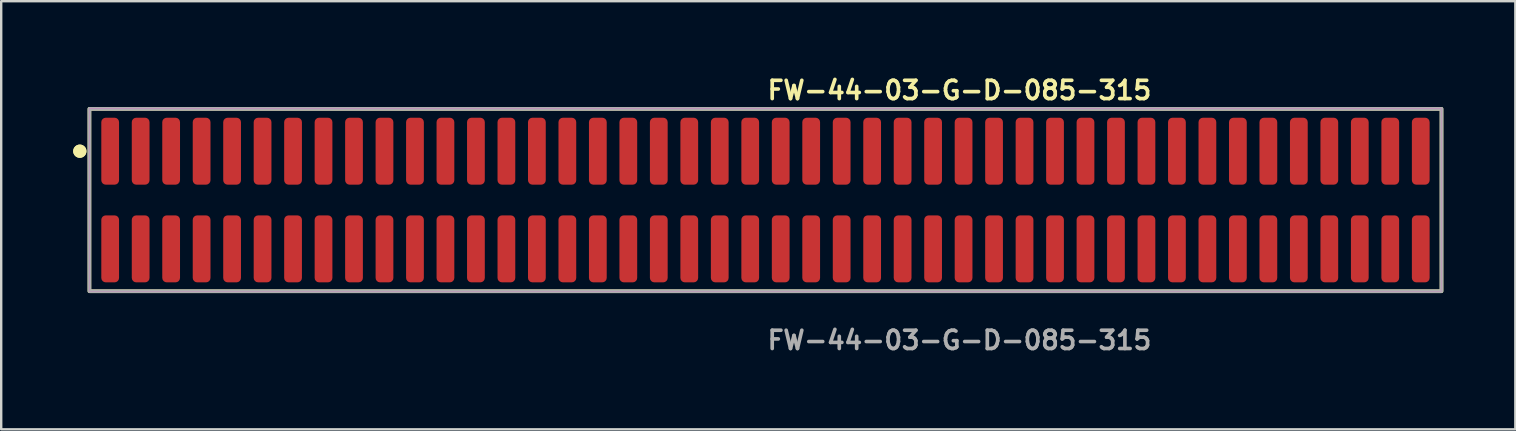
<source format=kicad_pcb>
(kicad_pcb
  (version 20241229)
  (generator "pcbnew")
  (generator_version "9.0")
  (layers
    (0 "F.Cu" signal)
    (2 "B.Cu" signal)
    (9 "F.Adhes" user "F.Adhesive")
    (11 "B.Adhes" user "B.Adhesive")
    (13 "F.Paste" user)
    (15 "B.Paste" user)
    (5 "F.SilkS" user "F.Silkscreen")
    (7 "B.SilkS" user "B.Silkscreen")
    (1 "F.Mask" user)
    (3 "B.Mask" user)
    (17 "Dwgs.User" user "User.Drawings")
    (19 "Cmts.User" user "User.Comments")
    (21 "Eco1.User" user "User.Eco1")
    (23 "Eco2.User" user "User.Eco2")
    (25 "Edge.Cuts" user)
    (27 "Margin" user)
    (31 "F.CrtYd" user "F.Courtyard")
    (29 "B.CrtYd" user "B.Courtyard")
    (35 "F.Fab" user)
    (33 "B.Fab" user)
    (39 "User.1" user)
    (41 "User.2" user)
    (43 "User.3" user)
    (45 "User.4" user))
  (footprint "FW-44-03-G-D-085-315"
    (layer "F.Cu")
    (at 28.846 5.285)
    (property "Reference" "FW-44-03-G-D-085-315" (at 0 -4.572 0) (unlocked yes) (layer "F.SilkS") (effects (font (size 0.762 0.762) (thickness 0.152)) (justify left)))
    (fp_rect (start -28.17 3.8) (end 28.17 -3.8) (stroke (width 0.152) (type solid)) (fill no) (layer "F.SilkS"))
    (fp_circle (center -28.57 -2.035) (end -28.77 -2.035) (stroke (width 0.152) (type solid)) (fill yes) (layer "F.SilkS"))
    (fp_circle (center -28.57 -2.035) (end -28.77 -2.035) (stroke (width 0.152) (type solid)) (fill yes) (layer "F.SilkS"))
    (fp_rect (start -28.17 3.8) (end 28.17 -3.8) (stroke (width 0.006) (type solid)) (fill no) (layer "F.CrtYd"))
    (fp_rect (start -28.17 3.8) (end 28.17 -3.8) (stroke (width 0.152) (type solid)) (fill no) (layer "F.Fab"))
    (fp_text user "${REFERENCE}" (at 0 5.842 0) (unlocked yes) (layer "F.Fab") (effects (font (size 0.762 0.762) (thickness 0.152)) (justify left)))
    (pad "1" smd roundrect (at -27.305 -2.035) (size 0.74 2.79) (layers "F.Cu" "F.Paste") (roundrect_rratio 0.25))
    (pad "2" smd roundrect (at -27.305 2.035) (size 0.74 2.79) (layers "F.Cu" "F.Paste") (roundrect_rratio 0.25))
    (pad "3" smd roundrect (at -26.035 -2.035) (size 0.74 2.79) (layers "F.Cu" "F.Paste") (roundrect_rratio 0.25))
    (pad "4" smd roundrect (at -26.035 2.035) (size 0.74 2.79) (layers "F.Cu" "F.Paste") (roundrect_rratio 0.25))
    (pad "5" smd roundrect (at -24.765 -2.035) (size 0.74 2.79) (layers "F.Cu" "F.Paste") (roundrect_rratio 0.25))
    (pad "6" smd roundrect (at -24.765 2.035) (size 0.74 2.79) (layers "F.Cu" "F.Paste") (roundrect_rratio 0.25))
    (pad "7" smd roundrect (at -23.495 -2.035) (size 0.74 2.79) (layers "F.Cu" "F.Paste") (roundrect_rratio 0.25))
    (pad "8" smd roundrect (at -23.495 2.035) (size 0.74 2.79) (layers "F.Cu" "F.Paste") (roundrect_rratio 0.25))
    (pad "9" smd roundrect (at -22.225 -2.035) (size 0.74 2.79) (layers "F.Cu" "F.Paste") (roundrect_rratio 0.25))
    (pad "10" smd roundrect (at -22.225 2.035) (size 0.74 2.79) (layers "F.Cu" "F.Paste") (roundrect_rratio 0.25))
    (pad "11" smd roundrect (at -20.955 -2.035) (size 0.74 2.79) (layers "F.Cu" "F.Paste") (roundrect_rratio 0.25))
    (pad "12" smd roundrect (at -20.955 2.035) (size 0.74 2.79) (layers "F.Cu" "F.Paste") (roundrect_rratio 0.25))
    (pad "13" smd roundrect (at -19.685 -2.035) (size 0.74 2.79) (layers "F.Cu" "F.Paste") (roundrect_rratio 0.25))
    (pad "14" smd roundrect (at -19.685 2.035) (size 0.74 2.79) (layers "F.Cu" "F.Paste") (roundrect_rratio 0.25))
    (pad "15" smd roundrect (at -18.415 -2.035) (size 0.74 2.79) (layers "F.Cu" "F.Paste") (roundrect_rratio 0.25))
    (pad "16" smd roundrect (at -18.415 2.035) (size 0.74 2.79) (layers "F.Cu" "F.Paste") (roundrect_rratio 0.25))
    (pad "17" smd roundrect (at -17.145 -2.035) (size 0.74 2.79) (layers "F.Cu" "F.Paste") (roundrect_rratio 0.25))
    (pad "18" smd roundrect (at -17.145 2.035) (size 0.74 2.79) (layers "F.Cu" "F.Paste") (roundrect_rratio 0.25))
    (pad "19" smd roundrect (at -15.875 -2.035) (size 0.74 2.79) (layers "F.Cu" "F.Paste") (roundrect_rratio 0.25))
    (pad "20" smd roundrect (at -15.875 2.035) (size 0.74 2.79) (layers "F.Cu" "F.Paste") (roundrect_rratio 0.25))
    (pad "21" smd roundrect (at -14.605 -2.035) (size 0.74 2.79) (layers "F.Cu" "F.Paste") (roundrect_rratio 0.25))
    (pad "22" smd roundrect (at -14.605 2.035) (size 0.74 2.79) (layers "F.Cu" "F.Paste") (roundrect_rratio 0.25))
    (pad "23" smd roundrect (at -13.335 -2.035) (size 0.74 2.79) (layers "F.Cu" "F.Paste") (roundrect_rratio 0.25))
    (pad "24" smd roundrect (at -13.335 2.035) (size 0.74 2.79) (layers "F.Cu" "F.Paste") (roundrect_rratio 0.25))
    (pad "25" smd roundrect (at -12.065 -2.035) (size 0.74 2.79) (layers "F.Cu" "F.Paste") (roundrect_rratio 0.25))
    (pad "26" smd roundrect (at -12.065 2.035) (size 0.74 2.79) (layers "F.Cu" "F.Paste") (roundrect_rratio 0.25))
    (pad "27" smd roundrect (at -10.795 -2.035) (size 0.74 2.79) (layers "F.Cu" "F.Paste") (roundrect_rratio 0.25))
    (pad "28" smd roundrect (at -10.795 2.035) (size 0.74 2.79) (layers "F.Cu" "F.Paste") (roundrect_rratio 0.25))
    (pad "29" smd roundrect (at -9.525 -2.035) (size 0.74 2.79) (layers "F.Cu" "F.Paste") (roundrect_rratio 0.25))
    (pad "30" smd roundrect (at -9.525 2.035) (size 0.74 2.79) (layers "F.Cu" "F.Paste") (roundrect_rratio 0.25))
    (pad "31" smd roundrect (at -8.255 -2.035) (size 0.74 2.79) (layers "F.Cu" "F.Paste") (roundrect_rratio 0.25))
    (pad "32" smd roundrect (at -8.255 2.035) (size 0.74 2.79) (layers "F.Cu" "F.Paste") (roundrect_rratio 0.25))
    (pad "33" smd roundrect (at -6.985 -2.035) (size 0.74 2.79) (layers "F.Cu" "F.Paste") (roundrect_rratio 0.25))
    (pad "34" smd roundrect (at -6.985 2.035) (size 0.74 2.79) (layers "F.Cu" "F.Paste") (roundrect_rratio 0.25))
    (pad "35" smd roundrect (at -5.715 -2.035) (size 0.74 2.79) (layers "F.Cu" "F.Paste") (roundrect_rratio 0.25))
    (pad "36" smd roundrect (at -5.715 2.035) (size 0.74 2.79) (layers "F.Cu" "F.Paste") (roundrect_rratio 0.25))
    (pad "37" smd roundrect (at -4.445 -2.035) (size 0.74 2.79) (layers "F.Cu" "F.Paste") (roundrect_rratio 0.25))
    (pad "38" smd roundrect (at -4.445 2.035) (size 0.74 2.79) (layers "F.Cu" "F.Paste") (roundrect_rratio 0.25))
    (pad "39" smd roundrect (at -3.175 -2.035) (size 0.74 2.79) (layers "F.Cu" "F.Paste") (roundrect_rratio 0.25))
    (pad "40" smd roundrect (at -3.175 2.035) (size 0.74 2.79) (layers "F.Cu" "F.Paste") (roundrect_rratio 0.25))
    (pad "41" smd roundrect (at -1.905 -2.035) (size 0.74 2.79) (layers "F.Cu" "F.Paste") (roundrect_rratio 0.25))
    (pad "42" smd roundrect (at -1.905 2.035) (size 0.74 2.79) (layers "F.Cu" "F.Paste") (roundrect_rratio 0.25))
    (pad "43" smd roundrect (at -0.635 -2.035) (size 0.74 2.79) (layers "F.Cu" "F.Paste") (roundrect_rratio 0.25))
    (pad "44" smd roundrect (at -0.635 2.035) (size 0.74 2.79) (layers "F.Cu" "F.Paste") (roundrect_rratio 0.25))
    (pad "45" smd roundrect (at 0.635 -2.035) (size 0.74 2.79) (layers "F.Cu" "F.Paste") (roundrect_rratio 0.25))
    (pad "46" smd roundrect (at 0.635 2.035) (size 0.74 2.79) (layers "F.Cu" "F.Paste") (roundrect_rratio 0.25))
    (pad "47" smd roundrect (at 1.905 -2.035) (size 0.74 2.79) (layers "F.Cu" "F.Paste") (roundrect_rratio 0.25))
    (pad "48" smd roundrect (at 1.905 2.035) (size 0.74 2.79) (layers "F.Cu" "F.Paste") (roundrect_rratio 0.25))
    (pad "49" smd roundrect (at 3.175 -2.035) (size 0.74 2.79) (layers "F.Cu" "F.Paste") (roundrect_rratio 0.25))
    (pad "50" smd roundrect (at 3.175 2.035) (size 0.74 2.79) (layers "F.Cu" "F.Paste") (roundrect_rratio 0.25))
    (pad "51" smd roundrect (at 4.445 -2.035) (size 0.74 2.79) (layers "F.Cu" "F.Paste") (roundrect_rratio 0.25))
    (pad "52" smd roundrect (at 4.445 2.035) (size 0.74 2.79) (layers "F.Cu" "F.Paste") (roundrect_rratio 0.25))
    (pad "53" smd roundrect (at 5.715 -2.035) (size 0.74 2.79) (layers "F.Cu" "F.Paste") (roundrect_rratio 0.25))
    (pad "54" smd roundrect (at 5.715 2.035) (size 0.74 2.79) (layers "F.Cu" "F.Paste") (roundrect_rratio 0.25))
    (pad "55" smd roundrect (at 6.985 -2.035) (size 0.74 2.79) (layers "F.Cu" "F.Paste") (roundrect_rratio 0.25))
    (pad "56" smd roundrect (at 6.985 2.035) (size 0.74 2.79) (layers "F.Cu" "F.Paste") (roundrect_rratio 0.25))
    (pad "57" smd roundrect (at 8.255 -2.035) (size 0.74 2.79) (layers "F.Cu" "F.Paste") (roundrect_rratio 0.25))
    (pad "58" smd roundrect (at 8.255 2.035) (size 0.74 2.79) (layers "F.Cu" "F.Paste") (roundrect_rratio 0.25))
    (pad "59" smd roundrect (at 9.525 -2.035) (size 0.74 2.79) (layers "F.Cu" "F.Paste") (roundrect_rratio 0.25))
    (pad "60" smd roundrect (at 9.525 2.035) (size 0.74 2.79) (layers "F.Cu" "F.Paste") (roundrect_rratio 0.25))
    (pad "61" smd roundrect (at 10.795 -2.035) (size 0.74 2.79) (layers "F.Cu" "F.Paste") (roundrect_rratio 0.25))
    (pad "62" smd roundrect (at 10.795 2.035) (size 0.74 2.79) (layers "F.Cu" "F.Paste") (roundrect_rratio 0.25))
    (pad "63" smd roundrect (at 12.065 -2.035) (size 0.74 2.79) (layers "F.Cu" "F.Paste") (roundrect_rratio 0.25))
    (pad "64" smd roundrect (at 12.065 2.035) (size 0.74 2.79) (layers "F.Cu" "F.Paste") (roundrect_rratio 0.25))
    (pad "65" smd roundrect (at 13.335 -2.035) (size 0.74 2.79) (layers "F.Cu" "F.Paste") (roundrect_rratio 0.25))
    (pad "66" smd roundrect (at 13.335 2.035) (size 0.74 2.79) (layers "F.Cu" "F.Paste") (roundrect_rratio 0.25))
    (pad "67" smd roundrect (at 14.605 -2.035) (size 0.74 2.79) (layers "F.Cu" "F.Paste") (roundrect_rratio 0.25))
    (pad "68" smd roundrect (at 14.605 2.035) (size 0.74 2.79) (layers "F.Cu" "F.Paste") (roundrect_rratio 0.25))
    (pad "69" smd roundrect (at 15.875 -2.035) (size 0.74 2.79) (layers "F.Cu" "F.Paste") (roundrect_rratio 0.25))
    (pad "70" smd roundrect (at 15.875 2.035) (size 0.74 2.79) (layers "F.Cu" "F.Paste") (roundrect_rratio 0.25))
    (pad "71" smd roundrect (at 17.145 -2.035) (size 0.74 2.79) (layers "F.Cu" "F.Paste") (roundrect_rratio 0.25))
    (pad "72" smd roundrect (at 17.145 2.035) (size 0.74 2.79) (layers "F.Cu" "F.Paste") (roundrect_rratio 0.25))
    (pad "73" smd roundrect (at 18.415 -2.035) (size 0.74 2.79) (layers "F.Cu" "F.Paste") (roundrect_rratio 0.25))
    (pad "74" smd roundrect (at 18.415 2.035) (size 0.74 2.79) (layers "F.Cu" "F.Paste") (roundrect_rratio 0.25))
    (pad "75" smd roundrect (at 19.685 -2.035) (size 0.74 2.79) (layers "F.Cu" "F.Paste") (roundrect_rratio 0.25))
    (pad "76" smd roundrect (at 19.685 2.035) (size 0.74 2.79) (layers "F.Cu" "F.Paste") (roundrect_rratio 0.25))
    (pad "77" smd roundrect (at 20.955 -2.035) (size 0.74 2.79) (layers "F.Cu" "F.Paste") (roundrect_rratio 0.25))
    (pad "78" smd roundrect (at 20.955 2.035) (size 0.74 2.79) (layers "F.Cu" "F.Paste") (roundrect_rratio 0.25))
    (pad "79" smd roundrect (at 22.225 -2.035) (size 0.74 2.79) (layers "F.Cu" "F.Paste") (roundrect_rratio 0.25))
    (pad "80" smd roundrect (at 22.225 2.035) (size 0.74 2.79) (layers "F.Cu" "F.Paste") (roundrect_rratio 0.25))
    (pad "81" smd roundrect (at 23.495 -2.035) (size 0.74 2.79) (layers "F.Cu" "F.Paste") (roundrect_rratio 0.25))
    (pad "82" smd roundrect (at 23.495 2.035) (size 0.74 2.79) (layers "F.Cu" "F.Paste") (roundrect_rratio 0.25))
    (pad "83" smd roundrect (at 24.765 -2.035) (size 0.74 2.79) (layers "F.Cu" "F.Paste") (roundrect_rratio 0.25))
    (pad "84" smd roundrect (at 24.765 2.035) (size 0.74 2.79) (layers "F.Cu" "F.Paste") (roundrect_rratio 0.25))
    (pad "85" smd roundrect (at 26.035 -2.035) (size 0.74 2.79) (layers "F.Cu" "F.Paste") (roundrect_rratio 0.25))
    (pad "86" smd roundrect (at 26.035 2.035) (size 0.74 2.79) (layers "F.Cu" "F.Paste") (roundrect_rratio 0.25))
    (pad "87" smd roundrect (at 27.305 -2.035) (size 0.74 2.79) (layers "F.Cu" "F.Paste") (roundrect_rratio 0.25))
    (pad "88" smd roundrect (at 27.305 2.035) (size 0.74 2.79) (layers "F.Cu" "F.Paste") (roundrect_rratio 0.25)))
  (gr_rect
    (start -3 -3)
    (end 60.092 14.84)
    (stroke (width 0.1) (type default))
    (fill no)
    (layer "Edge.Cuts")))
</source>
